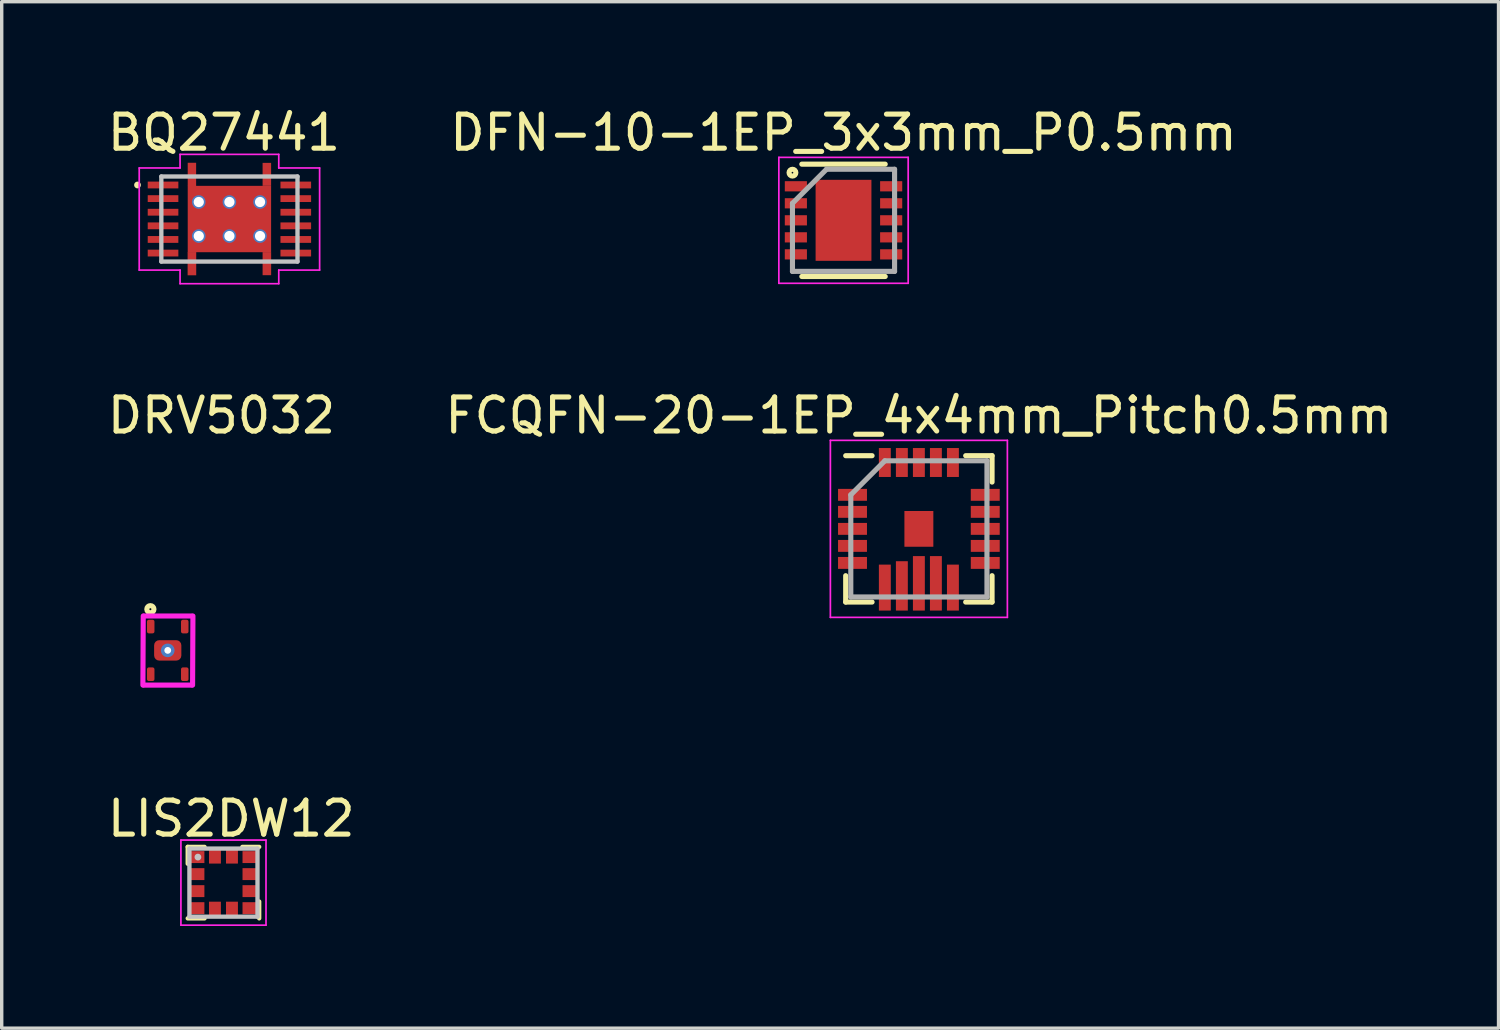
<source format=kicad_pcb>
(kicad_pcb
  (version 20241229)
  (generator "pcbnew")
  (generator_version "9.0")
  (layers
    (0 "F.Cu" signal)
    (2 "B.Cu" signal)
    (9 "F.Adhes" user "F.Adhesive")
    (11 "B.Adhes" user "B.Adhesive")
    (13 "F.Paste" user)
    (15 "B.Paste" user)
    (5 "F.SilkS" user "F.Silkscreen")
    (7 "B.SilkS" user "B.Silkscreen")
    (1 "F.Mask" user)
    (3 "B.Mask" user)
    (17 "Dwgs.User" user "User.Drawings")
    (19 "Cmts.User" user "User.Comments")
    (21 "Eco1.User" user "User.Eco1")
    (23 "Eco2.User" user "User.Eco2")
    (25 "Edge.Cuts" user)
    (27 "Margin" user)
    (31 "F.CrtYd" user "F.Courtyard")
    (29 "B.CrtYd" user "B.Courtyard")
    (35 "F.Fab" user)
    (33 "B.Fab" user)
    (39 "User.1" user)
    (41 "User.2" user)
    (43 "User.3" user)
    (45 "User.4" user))
  (footprint "LIS2DW12"
    (layer "F.Cu")
    (at 3.515 22.881)
    (property "Reference" "LIS2DW12" (at 0.229 -1.88 0) (layer "F.SilkS") (effects (font (size 1 1) (thickness 0.15))))
    (attr smd)
    (fp_line (start -1.05 -1.05) (end -0.555 -1.05) (stroke (width 0.127) (type solid)) (layer "F.SilkS"))
    (fp_line (start -1.05 -0.555) (end -1.05 -1.05) (stroke (width 0.127) (type solid)) (layer "F.SilkS"))
    (fp_line (start -1.05 1.05) (end -0.555 1.05) (stroke (width 0.127) (type solid)) (layer "F.SilkS"))
    (fp_line (start 0.555 -1.05) (end 1.05 -1.05) (stroke (width 0.127) (type solid)) (layer "F.SilkS"))
    (fp_line (start 1.05 1.05) (end 1.05 0.555) (stroke (width 0.127) (type solid)) (layer "F.SilkS"))
    (fp_line (start -1 -1) (end 1 -1) (stroke (width 0.127) (type solid)) (layer "Dwgs.User"))
    (fp_line (start -1 1) (end -1 -1) (stroke (width 0.127) (type solid)) (layer "Dwgs.User"))
    (fp_line (start 1 -1) (end 1 1) (stroke (width 0.127) (type solid)) (layer "Dwgs.User"))
    (fp_line (start 1 1) (end -1 1) (stroke (width 0.127) (type solid)) (layer "Dwgs.User"))
    (fp_circle (center -0.75 -0.75) (end -0.7 -0.75) (stroke (width 0.1) (type solid)) (fill no) (layer "Dwgs.User"))
    (fp_line (start -1.25 -1.25) (end 1.25 -1.25) (stroke (width 0.05) (type solid)) (layer "F.CrtYd"))
    (fp_line (start -1.25 1.25) (end -1.25 -1.25) (stroke (width 0.05) (type solid)) (layer "F.CrtYd"))
    (fp_line (start 1.25 -1.25) (end 1.25 1.25) (stroke (width 0.05) (type solid)) (layer "F.CrtYd"))
    (fp_line (start 1.25 1.25) (end -1.25 1.25) (stroke (width 0.05) (type solid)) (layer "F.CrtYd"))
    (pad "1" smd rect (at -0.76 -0.75) (size 0.4 0.35) (layers "F.Cu" "F.Mask" "F.Paste"))
    (pad "2" smd rect (at -0.76 -0.25) (size 0.4 0.35) (layers "F.Cu" "F.Mask" "F.Paste"))
    (pad "3" smd rect (at -0.76 0.25) (size 0.4 0.35) (layers "F.Cu" "F.Mask" "F.Paste"))
    (pad "4" smd rect (at -0.76 0.75) (size 0.4 0.35) (layers "F.Cu" "F.Mask" "F.Paste"))
    (pad "5" smd rect (at -0.25 0.76) (size 0.35 0.4) (layers "F.Cu" "F.Mask" "F.Paste"))
    (pad "6" smd rect (at 0.25 0.76) (size 0.35 0.4) (layers "F.Cu" "F.Mask" "F.Paste"))
    (pad "7" smd rect (at 0.76 0.75) (size 0.4 0.35) (layers "F.Cu" "F.Mask" "F.Paste"))
    (pad "8" smd rect (at 0.76 0.25) (size 0.4 0.35) (layers "F.Cu" "F.Mask" "F.Paste"))
    (pad "9" smd rect (at 0.76 -0.25) (size 0.4 0.35) (layers "F.Cu" "F.Mask" "F.Paste"))
    (pad "10" smd rect (at 0.76 -0.75) (size 0.4 0.35) (layers "F.Cu" "F.Mask" "F.Paste"))
    (pad "11" smd rect (at 0.25 -0.76) (size 0.35 0.4) (layers "F.Cu" "F.Mask" "F.Paste"))
    (pad "12" smd rect (at -0.25 -0.76) (size 0.35 0.4) (layers "F.Cu" "F.Mask" "F.Paste")))
  (footprint "DFN-10-1EP_3x3mm_P0.5mm"
    (layer "F.Cu")
    (at 21.732 3.423)
    (property "Reference" "DFN-10-1EP_3x3mm_P0.5mm" (at 0 -2.575 0) (layer "F.SilkS") (effects (font (size 1 1) (thickness 0.15))))
    (attr smd)
    (fp_line (start -1.225 -1.65) (end 1.225 -1.65) (stroke (width 0.15) (type solid)) (layer "F.SilkS"))
    (fp_line (start -1.225 1.65) (end 1.225 1.65) (stroke (width 0.15) (type solid)) (layer "F.SilkS"))
    (fp_circle (center -1.5 -1.4) (end -1.5 -1.3) (stroke (width 0.15) (type solid)) (fill no) (layer "F.SilkS"))
    (fp_line (start -1.9 -1.85) (end -1.9 1.85) (stroke (width 0.05) (type solid)) (layer "F.CrtYd"))
    (fp_line (start -1.9 -1.85) (end 1.9 -1.85) (stroke (width 0.05) (type solid)) (layer "F.CrtYd"))
    (fp_line (start -1.9 1.85) (end 1.9 1.85) (stroke (width 0.05) (type solid)) (layer "F.CrtYd"))
    (fp_line (start 1.9 -1.85) (end 1.9 1.85) (stroke (width 0.05) (type solid)) (layer "F.CrtYd"))
    (fp_line (start -1.5 -0.5) (end -0.5 -1.5) (stroke (width 0.15) (type solid)) (layer "F.Fab"))
    (fp_line (start -1.5 1.5) (end -1.5 -0.5) (stroke (width 0.15) (type solid)) (layer "F.Fab"))
    (fp_line (start -0.5 -1.5) (end 1.5 -1.5) (stroke (width 0.15) (type solid)) (layer "F.Fab"))
    (fp_line (start 1.5 -1.5) (end 1.5 1.5) (stroke (width 0.15) (type solid)) (layer "F.Fab"))
    (fp_line (start 1.5 1.5) (end -1.5 1.5) (stroke (width 0.15) (type solid)) (layer "F.Fab"))
    (pad "1" smd rect (at -1.4 -1) (size 0.65 0.3) (layers "F.Cu" "F.Mask" "F.Paste"))
    (pad "2" smd rect (at -1.4 -0.5) (size 0.65 0.3) (layers "F.Cu" "F.Mask" "F.Paste"))
    (pad "3" smd rect (at -1.4 0) (size 0.65 0.3) (layers "F.Cu" "F.Mask" "F.Paste"))
    (pad "4" smd rect (at -1.4 0.5) (size 0.65 0.3) (layers "F.Cu" "F.Mask" "F.Paste"))
    (pad "5" smd rect (at -1.4 1) (size 0.65 0.3) (layers "F.Cu" "F.Mask" "F.Paste"))
    (pad "6" smd rect (at 1.4 1) (size 0.65 0.3) (layers "F.Cu" "F.Mask" "F.Paste"))
    (pad "7" smd rect (at 1.4 0.5) (size 0.65 0.3) (layers "F.Cu" "F.Mask" "F.Paste"))
    (pad "8" smd rect (at 1.4 0) (size 0.65 0.3) (layers "F.Cu" "F.Mask" "F.Paste"))
    (pad "9" smd rect (at 1.4 -0.5) (size 0.65 0.3) (layers "F.Cu" "F.Mask" "F.Paste"))
    (pad "10" smd rect (at 1.4 -1) (size 0.65 0.3) (layers "F.Cu" "F.Mask" "F.Paste"))
    (pad "11" smd rect (at 0 0) (size 1.64 2.38) (layers "F.Cu" "F.Mask" "F.Paste")))
  (footprint "BQ27441"
    (layer "F.Cu")
    (at 3.69 3.385)
    (property "Reference" "BQ27441" (at -0.16 -2.537 0) (layer "F.SilkS") (effects (font (size 1 1) (thickness 0.15))))
    (attr smd)
    (fp_poly (pts (xy -0.978 -1.653) (xy -0.978 -0.97) (xy -1.225 -0.97) (xy -1.225 -1.653)) (stroke (width 0) (type solid)) (fill yes) (layer "F.Cu"))
    (fp_poly (pts (xy -0.975 0.97) (xy -0.975 1.653) (xy -1.228 1.653) (xy -1.228 0.97)) (stroke (width 0) (type solid)) (fill yes) (layer "F.Cu"))
    (fp_poly (pts (xy 1.225 -1.65) (xy 1.225 -0.975) (xy 0.975 -0.975) (xy 0.975 -1.65)) (stroke (width 0) (type solid)) (fill yes) (layer "F.Cu"))
    (fp_poly (pts (xy 1.226 0.971) (xy 1.226 1.65) (xy 0.975 1.65) (xy 0.975 0.971)) (stroke (width 0) (type solid)) (fill yes) (layer "F.Cu"))
    (fp_poly (pts (xy -1.327 1.752) (xy -1.327 0.96) (xy -0.875 0.96) (xy -0.875 1.752)) (stroke (width 0) (type solid)) (fill yes) (layer "F.Mask"))
    (fp_poly (pts (xy -0.876 -1.751) (xy -0.876 -0.96) (xy -1.325 -0.96) (xy -1.325 -1.751)) (stroke (width 0) (type solid)) (fill yes) (layer "F.Mask"))
    (fp_poly (pts (xy 1.325 -1.75) (xy 1.325 -0.962) (xy 0.877 -0.962) (xy 0.877 -1.75)) (stroke (width 0) (type solid)) (fill yes) (layer "F.Mask"))
    (fp_poly (pts (xy 1.327 0.962) (xy 1.327 1.751) (xy 0.874 1.751) (xy 0.874 0.962)) (stroke (width 0) (type solid)) (fill yes) (layer "F.Mask"))
    (fp_circle (center -2.7 -1) (end -2.6 -1) (stroke (width 0) (type solid)) (fill yes) (layer "F.SilkS"))
    (fp_poly (pts (xy -1.226 1.626) (xy -1.226 1.1) (xy -0.975 1.1) (xy -0.975 1.626)) (stroke (width 0) (type solid)) (fill yes) (layer "F.Paste"))
    (fp_poly (pts (xy -0.976 -1.626) (xy -0.976 -1.1) (xy -1.225 -1.1) (xy -1.225 -1.626)) (stroke (width 0) (type solid)) (fill yes) (layer "F.Paste"))
    (fp_poly (pts (xy -0.101 -0.901) (xy -0.101 -0.099) (xy -1.101 -0.099) (xy -1.101 -0.901)) (stroke (width 0) (type solid)) (fill yes) (layer "F.Paste"))
    (fp_poly (pts (xy -0.1 0.1) (xy -0.1 0.902) (xy -1.102 0.902) (xy -1.102 0.1)) (stroke (width 0) (type solid)) (fill yes) (layer "F.Paste"))
    (fp_poly (pts (xy 0.975 1.625) (xy 0.975 1.1) (xy 1.225 1.1) (xy 1.225 1.625)) (stroke (width 0) (type solid)) (fill yes) (layer "F.Paste"))
    (fp_poly (pts (xy 1.1 -0.9) (xy 1.1 -0.1) (xy 0.1 -0.1) (xy 0.1 -0.9)) (stroke (width 0) (type solid)) (fill yes) (layer "F.Paste"))
    (fp_poly (pts (xy 1.101 0.101) (xy 1.101 0.901) (xy 0.099 0.901) (xy 0.099 0.101)) (stroke (width 0) (type solid)) (fill yes) (layer "F.Paste"))
    (fp_poly (pts (xy 1.225 -1.625) (xy 1.225 -1.101) (xy 0.976 -1.101) (xy 0.976 -1.625)) (stroke (width 0) (type solid)) (fill yes) (layer "F.Paste"))
    (fp_line (start -2 -1.25) (end 2 -1.25) (stroke (width 0.127) (type solid)) (layer "Dwgs.User"))
    (fp_line (start -2 1.25) (end -2 -1.25) (stroke (width 0.127) (type solid)) (layer "Dwgs.User"))
    (fp_line (start 2 -1.25) (end 2 1.25) (stroke (width 0.127) (type solid)) (layer "Dwgs.User"))
    (fp_line (start 2 1.25) (end -2 1.25) (stroke (width 0.127) (type solid)) (layer "Dwgs.User"))
    (fp_line (start -2.65 -1.5) (end -1.45 -1.5) (stroke (width 0.05) (type solid)) (layer "F.CrtYd"))
    (fp_line (start -2.65 1.5) (end -2.65 -1.5) (stroke (width 0.05) (type solid)) (layer "F.CrtYd"))
    (fp_line (start -1.45 -1.9) (end 1.45 -1.9) (stroke (width 0.05) (type solid)) (layer "F.CrtYd"))
    (fp_line (start -1.45 -1.5) (end -1.45 -1.9) (stroke (width 0.05) (type solid)) (layer "F.CrtYd"))
    (fp_line (start -1.45 1.5) (end -2.65 1.5) (stroke (width 0.05) (type solid)) (layer "F.CrtYd"))
    (fp_line (start -1.45 1.9) (end -1.45 1.5) (stroke (width 0.05) (type solid)) (layer "F.CrtYd"))
    (fp_line (start 1.45 -1.9) (end 1.45 -1.5) (stroke (width 0.05) (type solid)) (layer "F.CrtYd"))
    (fp_line (start 1.45 -1.5) (end 2.65 -1.5) (stroke (width 0.05) (type solid)) (layer "F.CrtYd"))
    (fp_line (start 1.45 1.5) (end 1.45 1.9) (stroke (width 0.05) (type solid)) (layer "F.CrtYd"))
    (fp_line (start 1.45 1.9) (end -1.45 1.9) (stroke (width 0.05) (type solid)) (layer "F.CrtYd"))
    (fp_line (start 2.65 -1.5) (end 2.65 1.5) (stroke (width 0.05) (type solid)) (layer "F.CrtYd"))
    (fp_line (start 2.65 1.5) (end 1.45 1.5) (stroke (width 0.05) (type solid)) (layer "F.CrtYd"))
    (pad "1" smd rect (at -1.95 -1) (size 0.9 0.2) (layers "F.Cu" "F.Mask" "F.Paste"))
    (pad "2" smd rect (at -1.95 -0.6) (size 0.9 0.2) (layers "F.Cu" "F.Mask" "F.Paste"))
    (pad "3" smd rect (at -1.95 -0.2) (size 0.9 0.2) (layers "F.Cu" "F.Mask" "F.Paste"))
    (pad "4" smd rect (at -1.95 0.2) (size 0.9 0.2) (layers "F.Cu" "F.Mask" "F.Paste"))
    (pad "5" smd rect (at -1.95 0.6) (size 0.9 0.2) (layers "F.Cu" "F.Mask" "F.Paste"))
    (pad "6" smd rect (at -1.95 1) (size 0.9 0.2) (layers "F.Cu" "F.Mask" "F.Paste"))
    (pad "7" smd rect (at 1.95 1 180) (size 0.9 0.2) (layers "F.Cu" "F.Mask" "F.Paste"))
    (pad "8" smd rect (at 1.95 0.6 180) (size 0.9 0.2) (layers "F.Cu" "F.Mask" "F.Paste"))
    (pad "9" smd rect (at 1.95 0.2 180) (size 0.9 0.2) (layers "F.Cu" "F.Mask" "F.Paste"))
    (pad "10" smd rect (at 1.95 -0.2 180) (size 0.9 0.2) (layers "F.Cu" "F.Mask" "F.Paste"))
    (pad "11" smd rect (at 1.95 -0.6 180) (size 0.9 0.2) (layers "F.Cu" "F.Mask" "F.Paste"))
    (pad "12" smd rect (at 1.95 -1 180) (size 0.9 0.2) (layers "F.Cu" "F.Mask" "F.Paste"))
    (pad "13" smd rect (at 0 0 90) (size 1.95 2.45) (layers "F.Cu" "F.Mask" "F.Paste"))
    (pad "14" thru_hole circle (at 0.9 -0.5 270) (size 0.4 0.4) (drill 0.3) (layers "*.Cu" "*.Mask"))
    (pad "15" thru_hole circle (at 0 -0.5 270) (size 0.4 0.4) (drill 0.3) (layers "*.Cu" "*.Mask"))
    (pad "16" thru_hole circle (at -0.9 -0.5 270) (size 0.4 0.4) (drill 0.3) (layers "*.Cu" "*.Mask"))
    (pad "17" thru_hole circle (at -0.9 0.5 270) (size 0.4 0.4) (drill 0.3) (layers "*.Cu" "*.Mask"))
    (pad "18" thru_hole circle (at 0 0.5 270) (size 0.4 0.4) (drill 0.3) (layers "*.Cu" "*.Mask"))
    (pad "19" thru_hole circle (at 0.9 0.5 270) (size 0.4 0.4) (drill 0.3) (layers "*.Cu" "*.Mask")))
  (footprint "DRV5032"
    (layer "F.Cu")
    (at 1.878 16.058)
    (property "Reference" "DRV5032" (at 1.58 -6.9 0) (layer "F.SilkS") (effects (font (size 1 1) (thickness 0.15))))
    (attr through_hole)
    (fp_circle (center -0.51 -1.21) (end -0.48 -1.21) (stroke (width 0.15) (type solid)) (fill no) (layer "F.SilkS"))
    (fp_line (start -0.72 -1.01) (end -0.73 1.02) (stroke (width 0.15) (type solid)) (layer "F.CrtYd"))
    (fp_line (start -0.7 -1.01) (end 0.7 -1.01) (stroke (width 0.15) (type solid)) (layer "F.CrtYd"))
    (fp_line (start -0.7 1.02) (end 0.7 1.02) (stroke (width 0.15) (type solid)) (layer "F.CrtYd"))
    (fp_line (start 0.74 -1.01) (end 0.73 1.02) (stroke (width 0.15) (type solid)) (layer "F.CrtYd"))
    (pad "1" smd roundrect (at -0.5 -0.7) (size 0.22 0.4) (layers "F.Cu" "F.Mask" "F.Paste") (roundrect_rratio 0.25))
    (pad "2" smd roundrect (at -0.5 0.7) (size 0.22 0.4) (layers "F.Cu" "F.Mask" "F.Paste") (roundrect_rratio 0.25))
    (pad "3" smd roundrect (at 0.5 0.7) (size 0.22 0.4) (layers "F.Cu" "F.Mask" "F.Paste") (roundrect_rratio 0.25))
    (pad "4" smd roundrect (at 0.5 -0.7) (size 0.22 0.4) (layers "F.Cu" "F.Mask" "F.Paste") (roundrect_rratio 0.25))
    (pad "5" thru_hole circle (at 0 0) (size 0.4 0.4) (drill 0.2) (layers "*.Cu" "*.Mask"))
    (pad "5" smd roundrect (at 0 0) (size 0.8 0.6) (layers "F.Cu" "F.Mask" "F.Paste") (roundrect_rratio 0.25)))
  (footprint "FCQFN-20-1EP_4x4mm_Pitch0.5mm"
    (layer "F.Cu")
    (at 23.946 12.488)
    (property "Reference" "FCQFN-20-1EP_4x4mm_Pitch0.5mm" (at 0 -3.33 0) (layer "F.SilkS") (effects (font (size 1 1) (thickness 0.15))))
    (attr smd)
    (fp_line (start -2.3 -1.2) (end -2.3 1.2) (stroke (width 0.2) (type solid)) (layer "F.Mask"))
    (fp_line (start -2.1 -1.2) (end -2.1 1.2) (stroke (width 0.2) (type solid)) (layer "F.Mask"))
    (fp_line (start -2 -1.2) (end -2 1.2) (stroke (width 0.2) (type solid)) (layer "F.Mask"))
    (fp_line (start -1.8 -1.2) (end -1.8 1.2) (stroke (width 0.2) (type solid)) (layer "F.Mask"))
    (fp_line (start -1.6 -1.2) (end -2.3 -1.2) (stroke (width 0.2) (type solid)) (layer "F.Mask"))
    (fp_line (start -1.6 -1.2) (end -1.6 1.2) (stroke (width 0.2) (type solid)) (layer "F.Mask"))
    (fp_line (start -1.6 1.2) (end -2.3 1.2) (stroke (width 0.2) (type solid)) (layer "F.Mask"))
    (fp_line (start -1.2 -2.3) (end -1.2 -1.6) (stroke (width 0.2) (type solid)) (layer "F.Mask"))
    (fp_line (start -1.2 -2.3) (end 1.2 -2.3) (stroke (width 0.2) (type solid)) (layer "F.Mask"))
    (fp_line (start -1.2 -2.1) (end 1.2 -2.1) (stroke (width 0.2) (type solid)) (layer "F.Mask"))
    (fp_line (start -1.2 -2) (end 1.2 -2) (stroke (width 0.2) (type solid)) (layer "F.Mask"))
    (fp_line (start -1.2 -1.8) (end 1.2 -1.8) (stroke (width 0.2) (type solid)) (layer "F.Mask"))
    (fp_line (start -1.2 -1.6) (end 1.2 -1.6) (stroke (width 0.2) (type solid)) (layer "F.Mask"))
    (fp_line (start -1.2 0.875) (end 1.2 0.875) (stroke (width 0.2) (type solid)) (layer "F.Mask"))
    (fp_line (start -1.2 1.075) (end 1.2 1.075) (stroke (width 0.2) (type solid)) (layer "F.Mask"))
    (fp_line (start -1.2 1.275) (end 1.2 1.275) (stroke (width 0.2) (type solid)) (layer "F.Mask"))
    (fp_line (start -1.2 1.475) (end 1.2 1.475) (stroke (width 0.2) (type solid)) (layer "F.Mask"))
    (fp_line (start -1.2 1.675) (end 1.2 1.675) (stroke (width 0.2) (type solid)) (layer "F.Mask"))
    (fp_line (start -1.2 1.875) (end 1.2 1.875) (stroke (width 0.2) (type solid)) (layer "F.Mask"))
    (fp_line (start -1.2 2.05) (end 1.2 2.05) (stroke (width 0.2) (type solid)) (layer "F.Mask"))
    (fp_line (start -1.2 2.175) (end 1.2 2.175) (stroke (width 0.2) (type solid)) (layer "F.Mask"))
    (fp_line (start -1.2 2.325) (end -1.2 0.875) (stroke (width 0.2) (type solid)) (layer "F.Mask"))
    (fp_line (start -1.2 2.325) (end 1.2 2.325) (stroke (width 0.2) (type solid)) (layer "F.Mask"))
    (fp_line (start 1.2 -2.3) (end 1.2 -1.6) (stroke (width 0.2) (type solid)) (layer "F.Mask"))
    (fp_line (start 1.2 2.325) (end 1.2 0.875) (stroke (width 0.2) (type solid)) (layer "F.Mask"))
    (fp_line (start 1.6 -1.2) (end 1.6 1.2) (stroke (width 0.2) (type solid)) (layer "F.Mask"))
    (fp_line (start 1.6 1.2) (end 2.3 1.2) (stroke (width 0.2) (type solid)) (layer "F.Mask"))
    (fp_line (start 1.8 1.2) (end 1.8 -1.2) (stroke (width 0.2) (type solid)) (layer "F.Mask"))
    (fp_line (start 1.9 1.2) (end 1.9 -1.2) (stroke (width 0.2) (type solid)) (layer "F.Mask"))
    (fp_line (start 2.1 1.2) (end 2.1 -1.2) (stroke (width 0.2) (type solid)) (layer "F.Mask"))
    (fp_line (start 2.3 -1.2) (end 1.6 -1.2) (stroke (width 0.2) (type solid)) (layer "F.Mask"))
    (fp_line (start 2.3 1.2) (end 2.3 -1.2) (stroke (width 0.2) (type solid)) (layer "F.Mask"))
    (fp_line (start -2.15 -2.15) (end -1.375 -2.15) (stroke (width 0.15) (type solid)) (layer "F.SilkS"))
    (fp_line (start -2.15 2.15) (end -2.15 1.375) (stroke (width 0.15) (type solid)) (layer "F.SilkS"))
    (fp_line (start -2.15 2.15) (end -1.375 2.15) (stroke (width 0.15) (type solid)) (layer "F.SilkS"))
    (fp_line (start 2.15 -2.15) (end 1.375 -2.15) (stroke (width 0.15) (type solid)) (layer "F.SilkS"))
    (fp_line (start 2.15 -2.15) (end 2.15 -1.375) (stroke (width 0.15) (type solid)) (layer "F.SilkS"))
    (fp_line (start 2.15 2.15) (end 1.375 2.15) (stroke (width 0.15) (type solid)) (layer "F.SilkS"))
    (fp_line (start 2.15 2.15) (end 2.15 1.375) (stroke (width 0.15) (type solid)) (layer "F.SilkS"))
    (fp_line (start -2.6 -2.6) (end -2.6 2.6) (stroke (width 0.05) (type solid)) (layer "F.CrtYd"))
    (fp_line (start -2.6 -2.6) (end 2.6 -2.6) (stroke (width 0.05) (type solid)) (layer "F.CrtYd"))
    (fp_line (start -2.6 2.6) (end 2.6 2.6) (stroke (width 0.05) (type solid)) (layer "F.CrtYd"))
    (fp_line (start 2.6 -2.6) (end 2.6 2.6) (stroke (width 0.05) (type solid)) (layer "F.CrtYd"))
    (fp_line (start -2 -1) (end -1 -2) (stroke (width 0.15) (type solid)) (layer "F.Fab"))
    (fp_line (start -2 2) (end -2 -1) (stroke (width 0.15) (type solid)) (layer "F.Fab"))
    (fp_line (start -1 -2) (end 2 -2) (stroke (width 0.15) (type solid)) (layer "F.Fab"))
    (fp_line (start 2 -2) (end 2 2) (stroke (width 0.15) (type solid)) (layer "F.Fab"))
    (fp_line (start 2 2) (end -2 2) (stroke (width 0.15) (type solid)) (layer "F.Fab"))
    (pad "1" smd rect (at -1.95 -1) (size 0.85 0.35) (layers "F.Cu" "F.Mask" "F.Paste"))
    (pad "2" smd rect (at -1.95 -0.5) (size 0.85 0.35) (layers "F.Cu" "F.Mask" "F.Paste"))
    (pad "3" smd rect (at -1.95 0) (size 0.85 0.35) (layers "F.Cu" "F.Mask" "F.Paste"))
    (pad "4" smd rect (at -1.95 0.5) (size 0.85 0.35) (layers "F.Cu" "F.Mask" "F.Paste"))
    (pad "5" smd rect (at -1.95 1) (size 0.85 0.35) (layers "F.Cu" "F.Mask" "F.Paste"))
    (pad "6" smd rect (at -1 1.725 90) (size 1.35 0.35) (layers "F.Cu" "F.Mask" "F.Paste"))
    (pad "7" smd rect (at -0.5 1.675 90) (size 1.45 0.35) (layers "F.Cu" "F.Mask" "F.Paste"))
    (pad "8" smd rect (at 0 1.6 90) (size 1.6 0.35) (layers "F.Cu" "F.Mask" "F.Paste"))
    (pad "9" smd rect (at 0.5 1.6 90) (size 1.6 0.35) (layers "F.Cu" "F.Mask" "F.Paste"))
    (pad "10" smd rect (at 1 1.725 90) (size 1.35 0.35) (layers "F.Cu" "F.Mask" "F.Paste"))
    (pad "11" smd rect (at 1.95 1) (size 0.85 0.35) (layers "F.Cu" "F.Mask" "F.Paste"))
    (pad "12" smd rect (at 1.95 0.5) (size 0.85 0.35) (layers "F.Cu" "F.Mask" "F.Paste"))
    (pad "13" smd rect (at 1.95 0) (size 0.85 0.35) (layers "F.Cu" "F.Mask" "F.Paste"))
    (pad "14" smd rect (at 1.95 -0.5) (size 0.85 0.35) (layers "F.Cu" "F.Mask" "F.Paste"))
    (pad "15" smd rect (at 1.95 -1) (size 0.85 0.35) (layers "F.Cu" "F.Mask" "F.Paste"))
    (pad "16" smd rect (at 1 -1.95 90) (size 0.85 0.35) (layers "F.Cu" "F.Mask" "F.Paste"))
    (pad "17" smd rect (at 0.5 -1.95 90) (size 0.85 0.35) (layers "F.Cu" "F.Mask" "F.Paste"))
    (pad "18" smd rect (at 0 -1.95 90) (size 0.85 0.35) (layers "F.Cu" "F.Mask" "F.Paste"))
    (pad "19" smd rect (at -0.5 -1.95 90) (size 0.85 0.35) (layers "F.Cu" "F.Mask" "F.Paste"))
    (pad "20" smd rect (at -1 -1.95 90) (size 0.85 0.35) (layers "F.Cu" "F.Mask" "F.Paste"))
    (pad "21" smd rect (at 0 0) (size 0.85 1.05) (layers "F.Cu" "F.Mask" "F.Paste")))
  (gr_rect
    (start -3 -3)
    (end 40.976 27.156)
    (stroke (width 0.1) (type default))
    (fill no)
    (layer "Edge.Cuts")))
</source>
